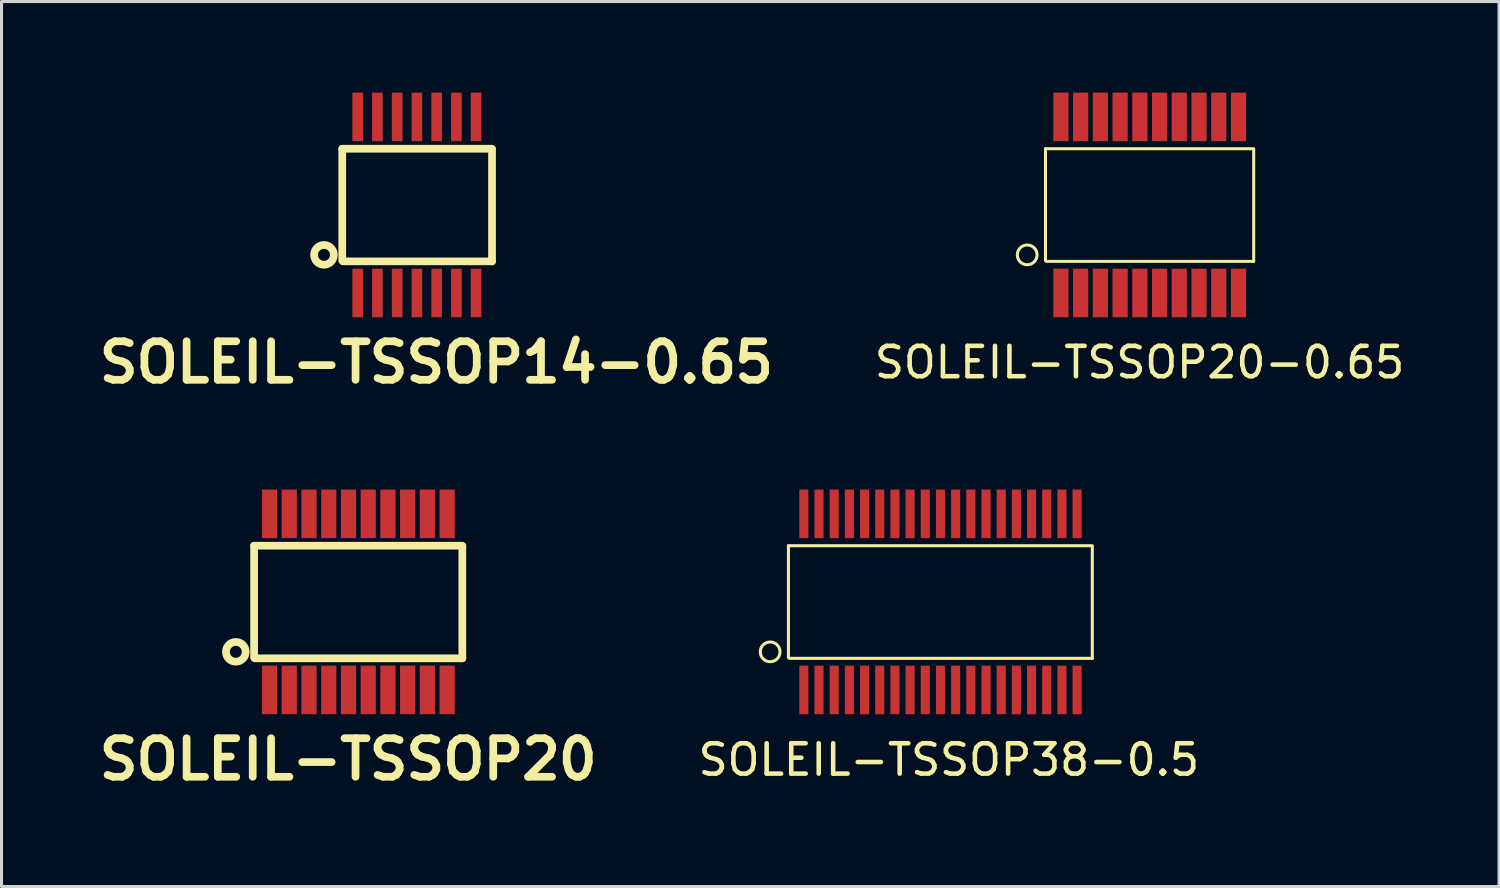
<source format=kicad_pcb>
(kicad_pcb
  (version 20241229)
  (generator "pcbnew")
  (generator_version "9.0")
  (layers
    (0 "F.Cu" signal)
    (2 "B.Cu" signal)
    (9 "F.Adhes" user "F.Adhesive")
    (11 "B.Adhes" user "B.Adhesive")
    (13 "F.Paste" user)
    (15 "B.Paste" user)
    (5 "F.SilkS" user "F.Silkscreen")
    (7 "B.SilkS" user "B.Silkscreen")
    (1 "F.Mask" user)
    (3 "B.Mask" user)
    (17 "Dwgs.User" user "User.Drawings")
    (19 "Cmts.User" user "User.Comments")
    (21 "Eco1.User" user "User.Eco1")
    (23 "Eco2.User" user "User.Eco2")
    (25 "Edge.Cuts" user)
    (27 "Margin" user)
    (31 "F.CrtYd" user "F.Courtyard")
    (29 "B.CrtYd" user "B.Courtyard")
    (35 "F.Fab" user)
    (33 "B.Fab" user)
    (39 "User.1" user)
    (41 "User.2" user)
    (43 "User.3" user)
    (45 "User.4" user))
  (footprint "SOLEIL-TSSOP38-0.5"
    (layer "F.Cu")
    (at 23.425 19.674)
    (property "Reference" "SOLEIL-TSSOP38-0.5" (at 4.775 2.3 0) (layer "F.SilkS") (effects (font (size 1 1) (thickness 0.15))))
    (attr smd)
    (fp_line (start -0.508 -1.067) (end -0.508 -4.75) (stroke (width 0.1) (type solid)) (layer "F.SilkS"))
    (fp_line (start -0.483 -1.041) (end 9.5 -1.041) (stroke (width 0.1) (type solid)) (layer "F.SilkS"))
    (fp_line (start 9.5 -4.75) (end -0.508 -4.75) (stroke (width 0.1) (type solid)) (layer "F.SilkS"))
    (fp_line (start 9.5 -4.724) (end 9.5 -1.041) (stroke (width 0.1) (type solid)) (layer "F.SilkS"))
    (fp_circle (center -1.11 -1.255) (end -1.313 -1.001) (stroke (width 0.1) (type solid)) (fill no) (layer "F.SilkS"))
    (pad "1" smd rect (at 0 0) (size 0.3 1.6) (layers "F.Cu" "F.Mask" "F.Paste"))
    (pad "2" smd rect (at 0.5 0) (size 0.3 1.6) (layers "F.Cu" "F.Mask" "F.Paste"))
    (pad "3" smd rect (at 1 0) (size 0.3 1.6) (layers "F.Cu" "F.Mask" "F.Paste"))
    (pad "4" smd rect (at 1.5 0) (size 0.3 1.6) (layers "F.Cu" "F.Mask" "F.Paste"))
    (pad "5" smd rect (at 2 0) (size 0.3 1.6) (layers "F.Cu" "F.Mask" "F.Paste"))
    (pad "6" smd rect (at 2.5 0) (size 0.3 1.6) (layers "F.Cu" "F.Mask" "F.Paste"))
    (pad "7" smd rect (at 3 0) (size 0.3 1.6) (layers "F.Cu" "F.Mask" "F.Paste"))
    (pad "8" smd rect (at 3.5 0) (size 0.3 1.6) (layers "F.Cu" "F.Mask" "F.Paste"))
    (pad "9" smd rect (at 4 0) (size 0.3 1.6) (layers "F.Cu" "F.Mask" "F.Paste"))
    (pad "10" smd rect (at 4.5 0) (size 0.3 1.6) (layers "F.Cu" "F.Mask" "F.Paste"))
    (pad "11" smd rect (at 5 0) (size 0.3 1.6) (layers "F.Cu" "F.Mask" "F.Paste"))
    (pad "12" smd rect (at 5.5 0) (size 0.3 1.6) (layers "F.Cu" "F.Mask" "F.Paste"))
    (pad "13" smd rect (at 6 0) (size 0.3 1.6) (layers "F.Cu" "F.Mask" "F.Paste"))
    (pad "14" smd rect (at 6.5 0) (size 0.3 1.6) (layers "F.Cu" "F.Mask" "F.Paste"))
    (pad "15" smd rect (at 7 0) (size 0.3 1.6) (layers "F.Cu" "F.Mask" "F.Paste"))
    (pad "16" smd rect (at 7.5 0) (size 0.3 1.6) (layers "F.Cu" "F.Mask" "F.Paste"))
    (pad "17" smd rect (at 8 0) (size 0.3 1.6) (layers "F.Cu" "F.Mask" "F.Paste"))
    (pad "18" smd rect (at 8.5 0) (size 0.3 1.6) (layers "F.Cu" "F.Mask" "F.Paste"))
    (pad "19" smd rect (at 9 0) (size 0.3 1.6) (layers "F.Cu" "F.Mask" "F.Paste"))
    (pad "20" smd rect (at 9 -5.8) (size 0.3 1.6) (layers "F.Cu" "F.Mask" "F.Paste"))
    (pad "21" smd rect (at 8.5 -5.8) (size 0.3 1.6) (layers "F.Cu" "F.Mask" "F.Paste"))
    (pad "22" smd rect (at 8 -5.8) (size 0.3 1.6) (layers "F.Cu" "F.Mask" "F.Paste"))
    (pad "23" smd rect (at 7.5 -5.8) (size 0.3 1.6) (layers "F.Cu" "F.Mask" "F.Paste"))
    (pad "24" smd rect (at 7 -5.8) (size 0.3 1.6) (layers "F.Cu" "F.Mask" "F.Paste"))
    (pad "25" smd rect (at 6.5 -5.8) (size 0.3 1.6) (layers "F.Cu" "F.Mask" "F.Paste"))
    (pad "26" smd rect (at 6 -5.8) (size 0.3 1.6) (layers "F.Cu" "F.Mask" "F.Paste"))
    (pad "27" smd rect (at 5.5 -5.8) (size 0.3 1.6) (layers "F.Cu" "F.Mask" "F.Paste"))
    (pad "28" smd rect (at 5 -5.8) (size 0.3 1.6) (layers "F.Cu" "F.Mask" "F.Paste"))
    (pad "29" smd rect (at 4.5 -5.8) (size 0.3 1.6) (layers "F.Cu" "F.Mask" "F.Paste"))
    (pad "30" smd rect (at 4 -5.8) (size 0.3 1.6) (layers "F.Cu" "F.Mask" "F.Paste"))
    (pad "31" smd rect (at 3.5 -5.8) (size 0.3 1.6) (layers "F.Cu" "F.Mask" "F.Paste"))
    (pad "32" smd rect (at 3 -5.8) (size 0.3 1.6) (layers "F.Cu" "F.Mask" "F.Paste"))
    (pad "33" smd rect (at 2.5 -5.8) (size 0.3 1.6) (layers "F.Cu" "F.Mask" "F.Paste"))
    (pad "34" smd rect (at 2 -5.8) (size 0.3 1.6) (layers "F.Cu" "F.Mask" "F.Paste"))
    (pad "35" smd rect (at 1.5 -5.8) (size 0.3 1.6) (layers "F.Cu" "F.Mask" "F.Paste"))
    (pad "36" smd rect (at 1 -5.8) (size 0.3 1.6) (layers "F.Cu" "F.Mask" "F.Paste"))
    (pad "37" smd rect (at 0.5 -5.8) (size 0.3 1.6) (layers "F.Cu" "F.Mask" "F.Paste"))
    (pad "38" smd rect (at 0 -5.8) (size 0.3 1.6) (layers "F.Cu" "F.Mask" "F.Paste")))
  (footprint "SOLEIL-TSSOP14-0.65"
    (layer "F.Cu")
    (at 8.73 6.599)
    (property "Reference" "SOLEIL-TSSOP14-0.65" (at 2.591 2.286 0) (layer "F.SilkS") (effects (font (size 1.27 1.27) (thickness 0.254))))
    (attr smd)
    (fp_line (start -0.508 -1.067) (end -0.508 -4.75) (stroke (width 0.254) (type solid)) (layer "F.SilkS"))
    (fp_line (start -0.483 -1.041) (end 4.425 -1.041) (stroke (width 0.254) (type solid)) (layer "F.SilkS"))
    (fp_line (start 4.425 -4.75) (end -0.508 -4.75) (stroke (width 0.254) (type solid)) (layer "F.SilkS"))
    (fp_line (start 4.425 -4.724) (end 4.425 -1.041) (stroke (width 0.254) (type solid)) (layer "F.SilkS"))
    (fp_circle (center -1.11 -1.255) (end -1.313 -1.001) (stroke (width 0.254) (type solid)) (fill no) (layer "F.SilkS"))
    (pad "1" smd rect (at 0 0) (size 0.35 1.6) (layers "F.Cu" "F.Mask" "F.Paste"))
    (pad "2" smd rect (at 0.65 0) (size 0.35 1.6) (layers "F.Cu" "F.Mask" "F.Paste"))
    (pad "3" smd rect (at 1.3 0) (size 0.35 1.6) (layers "F.Cu" "F.Mask" "F.Paste"))
    (pad "4" smd rect (at 1.951 0) (size 0.35 1.6) (layers "F.Cu" "F.Mask" "F.Paste"))
    (pad "5" smd rect (at 2.601 0) (size 0.35 1.6) (layers "F.Cu" "F.Mask" "F.Paste"))
    (pad "6" smd rect (at 3.251 0) (size 0.35 1.6) (layers "F.Cu" "F.Mask" "F.Paste"))
    (pad "7" smd rect (at 3.899 0) (size 0.35 1.6) (layers "F.Cu" "F.Mask" "F.Paste"))
    (pad "8" smd rect (at 3.899 -5.799) (size 0.35 1.6) (layers "F.Cu" "F.Mask" "F.Paste"))
    (pad "9" smd rect (at 3.251 -5.799) (size 0.35 1.6) (layers "F.Cu" "F.Mask" "F.Paste"))
    (pad "10" smd rect (at 2.601 -5.799) (size 0.35 1.6) (layers "F.Cu" "F.Mask" "F.Paste"))
    (pad "11" smd rect (at 1.951 -5.799) (size 0.35 1.6) (layers "F.Cu" "F.Mask" "F.Paste"))
    (pad "12" smd rect (at 1.3 -5.799) (size 0.35 1.6) (layers "F.Cu" "F.Mask" "F.Paste"))
    (pad "13" smd rect (at 0.65 -5.799) (size 0.35 1.6) (layers "F.Cu" "F.Mask" "F.Paste"))
    (pad "14" smd rect (at 0 -5.799) (size 0.35 1.6) (layers "F.Cu" "F.Mask" "F.Paste")))
  (footprint "SOLEIL-TSSOP20"
    (layer "F.Cu")
    (at 5.827 19.673)
    (property "Reference" "SOLEIL-TSSOP20" (at 2.591 2.286 0) (layer "F.SilkS") (effects (font (size 1.27 1.27) (thickness 0.254))))
    (attr smd)
    (fp_line (start -0.508 -1.067) (end -0.508 -4.75) (stroke (width 0.254) (type solid)) (layer "F.SilkS"))
    (fp_line (start -0.483 -1.041) (end 6.35 -1.041) (stroke (width 0.254) (type solid)) (layer "F.SilkS"))
    (fp_line (start 6.35 -4.75) (end -0.508 -4.75) (stroke (width 0.254) (type solid)) (layer "F.SilkS"))
    (fp_line (start 6.35 -4.724) (end 6.35 -1.041) (stroke (width 0.254) (type solid)) (layer "F.SilkS"))
    (fp_circle (center -1.11 -1.255) (end -1.313 -1.001) (stroke (width 0.254) (type solid)) (fill no) (layer "F.SilkS"))
    (pad "1" smd rect (at 0 0) (size 0.5 1.6) (layers "F.Cu" "F.Mask" "F.Paste"))
    (pad "2" smd rect (at 0.65 0) (size 0.5 1.6) (layers "F.Cu" "F.Mask" "F.Paste"))
    (pad "3" smd rect (at 1.3 0) (size 0.5 1.6) (layers "F.Cu" "F.Mask" "F.Paste"))
    (pad "4" smd rect (at 1.951 0) (size 0.5 1.6) (layers "F.Cu" "F.Mask" "F.Paste"))
    (pad "5" smd rect (at 2.601 0) (size 0.5 1.6) (layers "F.Cu" "F.Mask" "F.Paste"))
    (pad "6" smd rect (at 3.251 0) (size 0.5 1.6) (layers "F.Cu" "F.Mask" "F.Paste"))
    (pad "7" smd rect (at 3.899 0) (size 0.5 1.6) (layers "F.Cu" "F.Mask" "F.Paste"))
    (pad "8" smd rect (at 4.549 0) (size 0.5 1.6) (layers "F.Cu" "F.Mask" "F.Paste"))
    (pad "9" smd rect (at 5.199 0) (size 0.5 1.6) (layers "F.Cu" "F.Mask" "F.Paste"))
    (pad "10" smd rect (at 5.85 0) (size 0.5 1.6) (layers "F.Cu" "F.Mask" "F.Paste"))
    (pad "11" smd rect (at 5.85 -5.799) (size 0.5 1.6) (layers "F.Cu" "F.Mask" "F.Paste"))
    (pad "12" smd rect (at 5.199 -5.799) (size 0.5 1.6) (layers "F.Cu" "F.Mask" "F.Paste"))
    (pad "13" smd rect (at 4.549 -5.799) (size 0.5 1.6) (layers "F.Cu" "F.Mask" "F.Paste"))
    (pad "14" smd rect (at 3.899 -5.799) (size 0.5 1.6) (layers "F.Cu" "F.Mask" "F.Paste"))
    (pad "15" smd rect (at 3.251 -5.799) (size 0.5 1.6) (layers "F.Cu" "F.Mask" "F.Paste"))
    (pad "16" smd rect (at 2.601 -5.799) (size 0.5 1.6) (layers "F.Cu" "F.Mask" "F.Paste"))
    (pad "17" smd rect (at 1.951 -5.799) (size 0.5 1.6) (layers "F.Cu" "F.Mask" "F.Paste"))
    (pad "18" smd rect (at 1.3 -5.799) (size 0.5 1.6) (layers "F.Cu" "F.Mask" "F.Paste"))
    (pad "19" smd rect (at 0.65 -5.799) (size 0.5 1.6) (layers "F.Cu" "F.Mask" "F.Paste"))
    (pad "20" smd rect (at 0 -5.799) (size 0.5 1.6) (layers "F.Cu" "F.Mask" "F.Paste")))
  (footprint "SOLEIL-TSSOP20-0.65"
    (layer "F.Cu")
    (at 31.891 6.599)
    (property "Reference" "SOLEIL-TSSOP20-0.65" (at 2.591 2.286 0) (layer "F.SilkS") (effects (font (size 1 1) (thickness 0.15))))
    (attr smd)
    (fp_line (start -0.508 -1.067) (end -0.508 -4.75) (stroke (width 0.1) (type solid)) (layer "F.SilkS"))
    (fp_line (start -0.483 -1.041) (end 6.35 -1.041) (stroke (width 0.1) (type solid)) (layer "F.SilkS"))
    (fp_line (start 6.35 -4.75) (end -0.508 -4.75) (stroke (width 0.1) (type solid)) (layer "F.SilkS"))
    (fp_line (start 6.35 -4.724) (end 6.35 -1.041) (stroke (width 0.1) (type solid)) (layer "F.SilkS"))
    (fp_circle (center -1.11 -1.255) (end -1.313 -1.001) (stroke (width 0.1) (type solid)) (fill no) (layer "F.SilkS"))
    (pad "1" smd rect (at 0 0) (size 0.5 1.6) (layers "F.Cu" "F.Mask" "F.Paste"))
    (pad "2" smd rect (at 0.65 0) (size 0.5 1.6) (layers "F.Cu" "F.Mask" "F.Paste"))
    (pad "3" smd rect (at 1.3 0) (size 0.5 1.6) (layers "F.Cu" "F.Mask" "F.Paste"))
    (pad "4" smd rect (at 1.951 0) (size 0.5 1.6) (layers "F.Cu" "F.Mask" "F.Paste"))
    (pad "5" smd rect (at 2.601 0) (size 0.5 1.6) (layers "F.Cu" "F.Mask" "F.Paste"))
    (pad "6" smd rect (at 3.251 0) (size 0.5 1.6) (layers "F.Cu" "F.Mask" "F.Paste"))
    (pad "7" smd rect (at 3.899 0) (size 0.5 1.6) (layers "F.Cu" "F.Mask" "F.Paste"))
    (pad "8" smd rect (at 4.549 0) (size 0.5 1.6) (layers "F.Cu" "F.Mask" "F.Paste"))
    (pad "9" smd rect (at 5.199 0) (size 0.5 1.6) (layers "F.Cu" "F.Mask" "F.Paste"))
    (pad "10" smd rect (at 5.85 0) (size 0.5 1.6) (layers "F.Cu" "F.Mask" "F.Paste"))
    (pad "11" smd rect (at 5.85 -5.799) (size 0.5 1.6) (layers "F.Cu" "F.Mask" "F.Paste"))
    (pad "12" smd rect (at 5.199 -5.799) (size 0.5 1.6) (layers "F.Cu" "F.Mask" "F.Paste"))
    (pad "13" smd rect (at 4.549 -5.799) (size 0.5 1.6) (layers "F.Cu" "F.Mask" "F.Paste"))
    (pad "14" smd rect (at 3.899 -5.799) (size 0.5 1.6) (layers "F.Cu" "F.Mask" "F.Paste"))
    (pad "15" smd rect (at 3.251 -5.799) (size 0.5 1.6) (layers "F.Cu" "F.Mask" "F.Paste"))
    (pad "16" smd rect (at 2.601 -5.799) (size 0.5 1.6) (layers "F.Cu" "F.Mask" "F.Paste"))
    (pad "17" smd rect (at 1.951 -5.799) (size 0.5 1.6) (layers "F.Cu" "F.Mask" "F.Paste"))
    (pad "18" smd rect (at 1.3 -5.799) (size 0.5 1.6) (layers "F.Cu" "F.Mask" "F.Paste"))
    (pad "19" smd rect (at 0.65 -5.799) (size 0.5 1.6) (layers "F.Cu" "F.Mask" "F.Paste"))
    (pad "20" smd rect (at 0 -5.799) (size 0.5 1.6) (layers "F.Cu" "F.Mask" "F.Paste")))
  (gr_rect
    (start -3 -3)
    (end 46.321 26.147)
    (stroke (width 0.1) (type default))
    (fill no)
    (layer "Edge.Cuts")))
</source>
